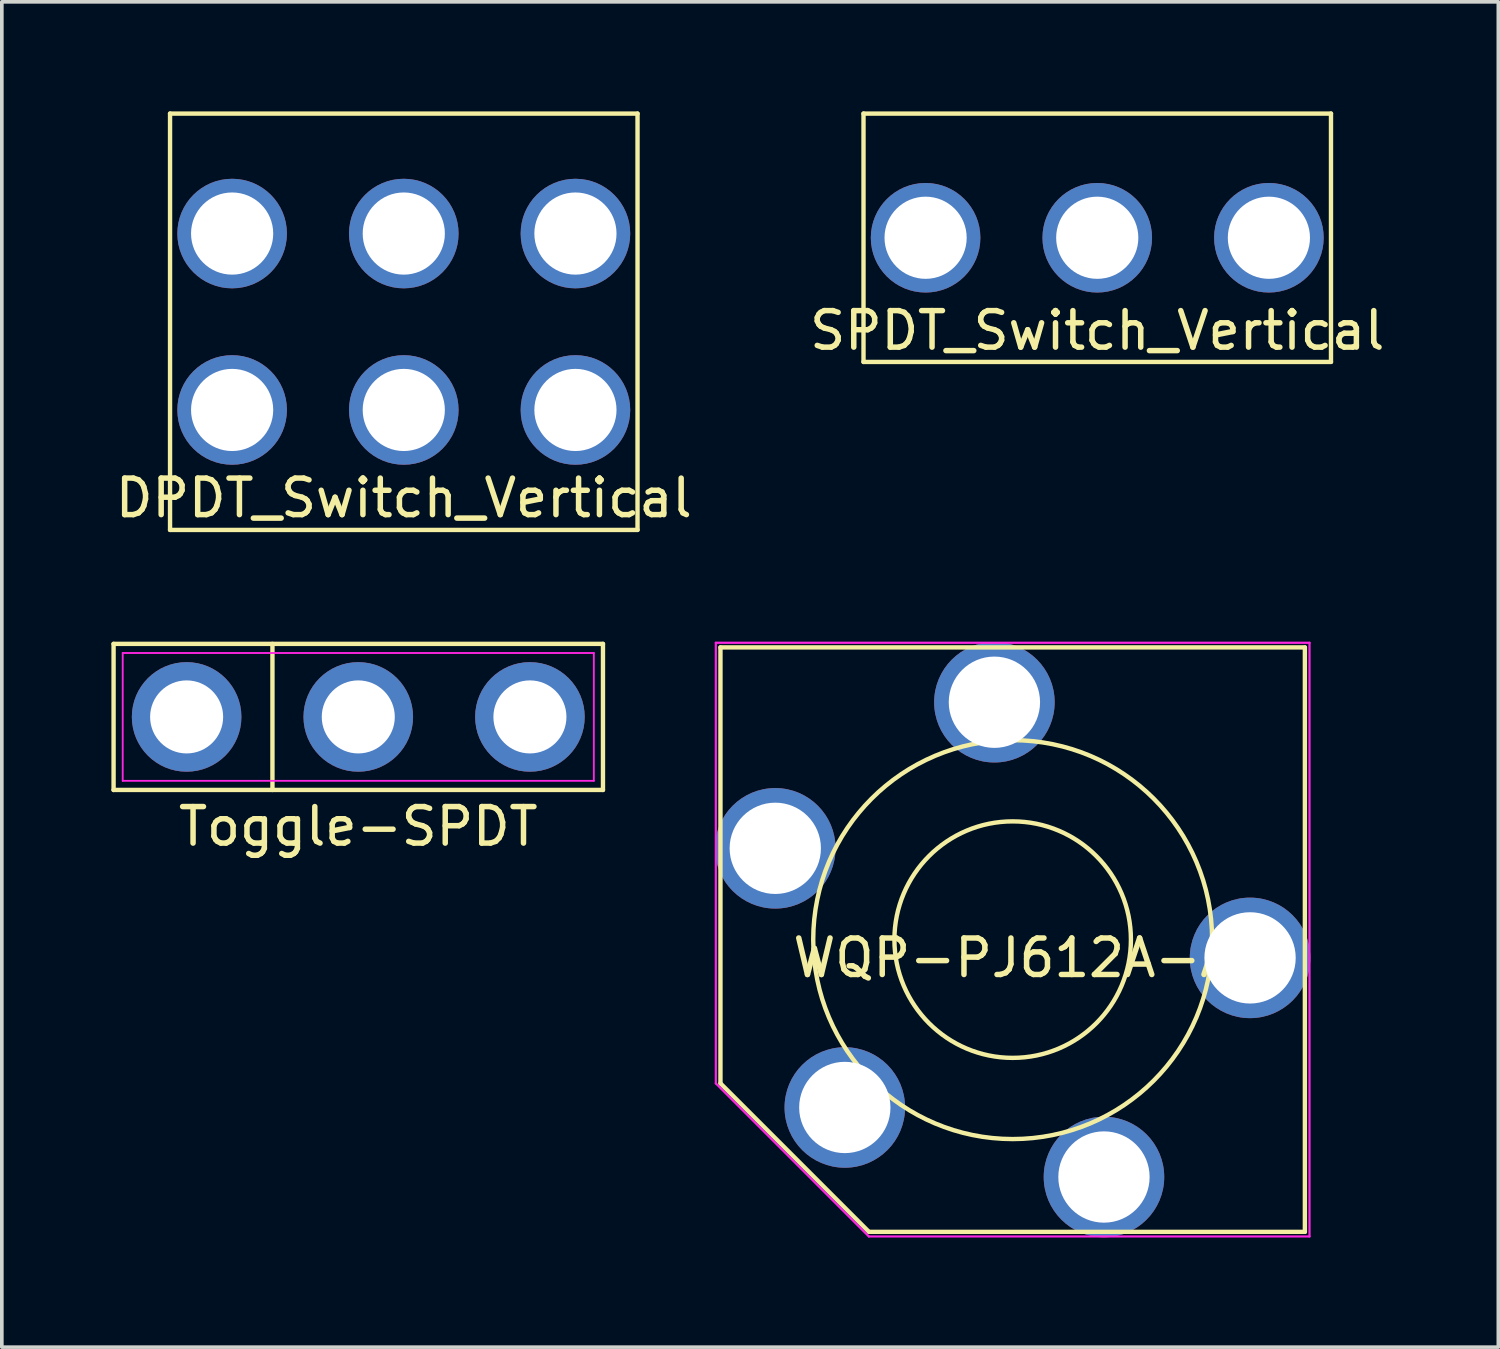
<source format=kicad_pcb>
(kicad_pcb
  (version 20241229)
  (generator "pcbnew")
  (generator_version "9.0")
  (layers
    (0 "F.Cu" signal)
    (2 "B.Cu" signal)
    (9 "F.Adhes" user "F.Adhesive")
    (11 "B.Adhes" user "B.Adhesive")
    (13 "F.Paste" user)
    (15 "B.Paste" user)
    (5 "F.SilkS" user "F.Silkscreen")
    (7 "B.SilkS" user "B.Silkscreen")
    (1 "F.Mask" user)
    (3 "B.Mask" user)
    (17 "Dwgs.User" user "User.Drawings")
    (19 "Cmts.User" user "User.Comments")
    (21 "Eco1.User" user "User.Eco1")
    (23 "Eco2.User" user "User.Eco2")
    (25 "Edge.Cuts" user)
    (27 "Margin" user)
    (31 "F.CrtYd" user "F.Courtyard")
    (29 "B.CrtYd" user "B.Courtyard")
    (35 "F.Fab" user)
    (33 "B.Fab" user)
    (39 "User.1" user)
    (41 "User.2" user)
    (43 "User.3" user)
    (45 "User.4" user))
  (footprint "SPDT_Switch_Vertical"
    (layer "F.Cu")
    (at 26.994 3.46)
    (property "Reference" "SPDT_Switch_Vertical" (at 0 2.54 0) (layer "F.SilkS") (effects (font (size 1 1) (thickness 0.15))))
    (attr through_hole)
    (fp_line (start -6.4 -3.4) (end -6.4 3.4) (stroke (width 0.12) (type solid)) (layer "F.SilkS"))
    (fp_line (start -6.4 -3.4) (end 6.4 -3.4) (stroke (width 0.12) (type solid)) (layer "F.SilkS"))
    (fp_line (start -6.4 3.4) (end 6.4 3.4) (stroke (width 0.12) (type solid)) (layer "F.SilkS"))
    (fp_line (start 6.4 3.4) (end 6.4 -3.4) (stroke (width 0.12) (type solid)) (layer "F.SilkS"))
    (pad "1" thru_hole circle (at -4.7 0) (size 3 3) (drill 2.25) (layers "*.Cu" "*.Mask"))
    (pad "2" thru_hole circle (at 0 0) (size 3 3) (drill 2.25) (layers "*.Cu" "*.Mask"))
    (pad "3" thru_hole circle (at 4.7 0) (size 3 3) (drill 2.25) (layers "*.Cu" "*.Mask")))
  (footprint "DPDT_Switch_Vertical"
    (layer "F.Cu")
    (at 8.006 5.76)
    (property "Reference" "DPDT_Switch_Vertical" (at 0 4.826 0) (layer "F.SilkS") (effects (font (size 1 1) (thickness 0.15))))
    (attr through_hole)
    (fp_line (start -6.4 -5.7) (end -6.4 5.7) (stroke (width 0.12) (type solid)) (layer "F.SilkS"))
    (fp_line (start -6.4 5.7) (end 6.4 5.7) (stroke (width 0.12) (type solid)) (layer "F.SilkS"))
    (fp_line (start 6.4 -5.7) (end -6.4 -5.7) (stroke (width 0.12) (type solid)) (layer "F.SilkS"))
    (fp_line (start 6.4 5.7) (end 6.4 -5.7) (stroke (width 0.12) (type solid)) (layer "F.SilkS"))
    (pad "1" thru_hole circle (at -4.7 2.415) (size 3 3) (drill 2.25) (layers "*.Cu" "*.Mask"))
    (pad "2" thru_hole circle (at 0 2.415) (size 3 3) (drill 2.25) (layers "*.Cu" "*.Mask"))
    (pad "3" thru_hole circle (at 4.7 2.415) (size 3 3) (drill 2.25) (layers "*.Cu" "*.Mask"))
    (pad "4" thru_hole circle (at -4.7 -2.415) (size 3 3) (drill 2.25) (layers "*.Cu" "*.Mask"))
    (pad "5" thru_hole circle (at 0 -2.415) (size 3 3) (drill 2.25) (layers "*.Cu" "*.Mask"))
    (pad "6" thru_hole circle (at 4.7 -2.415) (size 3 3) (drill 2.25) (layers "*.Cu" "*.Mask")))
  (footprint "WQP-PJ612A-A"
    (layer "F.Cu")
    (at 24.678 22.678)
    (property "Reference" "WQP-PJ612A-A" (at 0 0.5 0) (layer "F.SilkS") (effects (font (size 1 1) (thickness 0.15))))
    (attr through_hole)
    (fp_line (start -8.001 -8.001) (end -8.001 3.937) (stroke (width 0.12) (type solid)) (layer "F.SilkS"))
    (fp_line (start -8.001 3.937) (end -3.937 8.001) (stroke (width 0.12) (type solid)) (layer "F.SilkS"))
    (fp_line (start -3.937 8.001) (end 8.001 8.001) (stroke (width 0.12) (type solid)) (layer "F.SilkS"))
    (fp_line (start 8.001 -8.001) (end -8.001 -8.001) (stroke (width 0.12) (type solid)) (layer "F.SilkS"))
    (fp_line (start 8.001 8.001) (end 8.001 -8.001) (stroke (width 0.12) (type solid)) (layer "F.SilkS"))
    (fp_circle (center 0 0) (end -0.635 3.175) (stroke (width 0.12) (type solid)) (fill no) (layer "F.SilkS"))
    (fp_circle (center 0 0) (end 0 5.461) (stroke (width 0.12) (type solid)) (fill no) (layer "F.SilkS"))
    (fp_line (start -8.128 3.937) (end -8.128 -8.128) (stroke (width 0.06) (type solid)) (layer "F.CrtYd"))
    (fp_line (start -3.937 8.128) (end -8.128 3.937) (stroke (width 0.06) (type solid)) (layer "F.CrtYd"))
    (fp_line (start 8.128 -8.128) (end -8.128 -8.128) (stroke (width 0.06) (type solid)) (layer "F.CrtYd"))
    (fp_line (start 8.128 -8.128) (end 8.128 8.128) (stroke (width 0.06) (type solid)) (layer "F.CrtYd"))
    (fp_line (start 8.128 8.128) (end -3.937 8.128) (stroke (width 0.06) (type solid)) (layer "F.CrtYd"))
    (pad "R" thru_hole circle (at 6.5 0.5) (size 3.3 3.3) (drill 2.5) (layers "*.Cu" "*.Mask"))
    (pad "RN" thru_hole circle (at 2.5 6.5) (size 3.3 3.3) (drill 2.5) (layers "*.Cu" "*.Mask"))
    (pad "S" thru_hole circle (at -4.596 4.596) (size 3.3 3.3) (drill 2.5) (layers "*.Cu" "*.Mask"))
    (pad "T" thru_hole circle (at -0.5 -6.5) (size 3.3 3.3) (drill 2.5) (layers "*.Cu" "*.Mask"))
    (pad "TN" thru_hole circle (at -6.5 -2.5) (size 3.3 3.3) (drill 2.5) (layers "*.Cu" "*.Mask")))
  (footprint "Toggle-SPDT"
    (layer "F.Cu")
    (at 6.76 16.58)
    (property "Reference" "Toggle-SPDT" (at 0 3 0) (layer "F.SilkS") (effects (font (size 1 1) (thickness 0.15))))
    (attr through_hole)
    (fp_line (start -6.7 -2) (end 6.7 -2) (stroke (width 0.12) (type solid)) (layer "F.SilkS"))
    (fp_line (start -6.7 2) (end -6.7 -2) (stroke (width 0.12) (type solid)) (layer "F.SilkS"))
    (fp_line (start -2.35 -2) (end -2.35 2) (stroke (width 0.12) (type solid)) (layer "F.SilkS"))
    (fp_line (start 6.7 -2) (end 6.7 2) (stroke (width 0.12) (type solid)) (layer "F.SilkS"))
    (fp_line (start 6.7 2) (end -6.7 2) (stroke (width 0.12) (type solid)) (layer "F.SilkS"))
    (fp_line (start -6.45 -1.75) (end 6.45 -1.75) (stroke (width 0.05) (type solid)) (layer "F.CrtYd"))
    (fp_line (start -6.45 1.75) (end -6.45 -1.75) (stroke (width 0.05) (type solid)) (layer "F.CrtYd"))
    (fp_line (start 6.45 -1.75) (end 6.45 1.75) (stroke (width 0.05) (type solid)) (layer "F.CrtYd"))
    (fp_line (start 6.45 1.75) (end -6.45 1.75) (stroke (width 0.05) (type solid)) (layer "F.CrtYd"))
    (pad "1" thru_hole circle (at -4.7 0) (size 3 3) (drill 2) (layers "*.Cu" "*.Mask"))
    (pad "2" thru_hole circle (at 0 0) (size 3 3) (drill 2) (layers "*.Cu" "*.Mask"))
    (pad "3" thru_hole circle (at 4.7 0) (size 3 3) (drill 2) (layers "*.Cu" "*.Mask")))
  (gr_rect
    (start -3 -3)
    (end 37.976 33.836)
    (stroke (width 0.1) (type default))
    (fill no)
    (layer "Edge.Cuts")))
</source>
